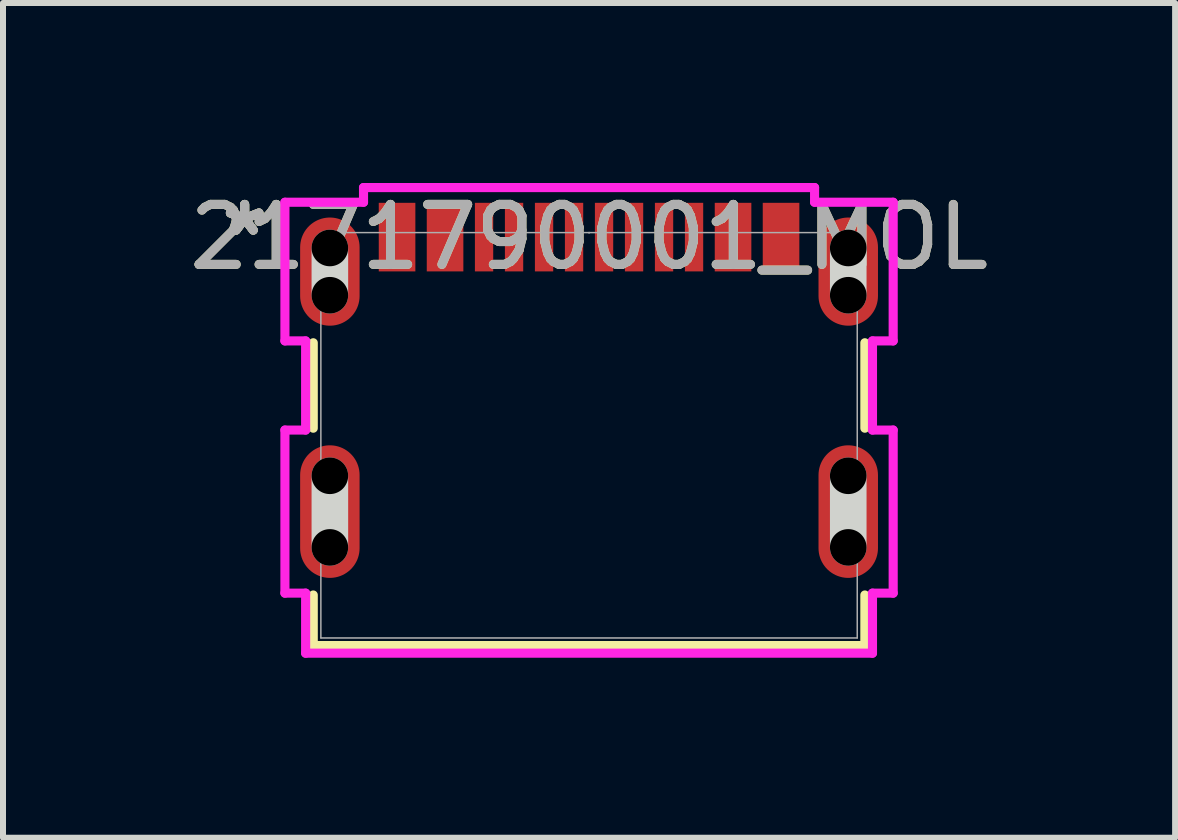
<source format=kicad_pcb>
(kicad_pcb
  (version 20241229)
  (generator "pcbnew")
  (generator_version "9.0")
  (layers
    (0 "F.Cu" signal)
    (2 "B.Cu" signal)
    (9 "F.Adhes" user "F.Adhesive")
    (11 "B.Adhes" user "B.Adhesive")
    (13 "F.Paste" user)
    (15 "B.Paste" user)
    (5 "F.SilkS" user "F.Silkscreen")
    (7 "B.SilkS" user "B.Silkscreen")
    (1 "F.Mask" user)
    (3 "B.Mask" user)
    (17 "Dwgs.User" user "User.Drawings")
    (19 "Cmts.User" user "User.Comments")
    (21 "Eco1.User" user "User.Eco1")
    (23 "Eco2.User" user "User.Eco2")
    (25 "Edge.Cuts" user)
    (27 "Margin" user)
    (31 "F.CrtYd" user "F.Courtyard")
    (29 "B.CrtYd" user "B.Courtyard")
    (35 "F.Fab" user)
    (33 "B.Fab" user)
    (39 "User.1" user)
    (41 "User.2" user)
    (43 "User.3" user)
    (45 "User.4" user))
  (footprint "2171790001_MOL"
    (layer "F.Cu")
    (at 6.768 4.205)
    (property "Reference" "2171790001_MOL" (at 0 -3.303 0) (unlocked yes) (layer "F.SilkS") (effects (font (size 1 1) (thickness 0.15))))
    (attr smd)
    (fp_line (start -4.597 -1.542) (end -4.597 -0.118) (stroke (width 0.152) (type solid)) (layer "F.SilkS"))
    (fp_line (start -4.597 2.662) (end -4.597 3.505) (stroke (width 0.152) (type solid)) (layer "F.SilkS"))
    (fp_line (start -4.597 3.505) (end 4.597 3.505) (stroke (width 0.152) (type solid)) (layer "F.SilkS"))
    (fp_line (start 4.597 -0.118) (end 4.597 -1.542) (stroke (width 0.152) (type solid)) (layer "F.SilkS"))
    (fp_line (start 4.597 3.505) (end 4.597 2.662) (stroke (width 0.152) (type solid)) (layer "F.SilkS"))
    (fp_line (start -4.32 -2.334) (end -4.32 -3.122) (stroke (width 0.61) (type solid)) (layer "Edge.Cuts"))
    (fp_line (start -4.32 1.869) (end -4.32 0.675) (stroke (width 0.61) (type solid)) (layer "Edge.Cuts"))
    (fp_line (start 4.32 -2.334) (end 4.32 -3.122) (stroke (width 0.61) (type solid)) (layer "Edge.Cuts"))
    (fp_line (start 4.32 1.869) (end 4.32 0.675) (stroke (width 0.61) (type solid)) (layer "Edge.Cuts"))
    (fp_line (start -5.069 -3.884) (end -5.069 -1.573) (stroke (width 0.152) (type solid)) (layer "F.CrtYd"))
    (fp_line (start -5.069 -1.573) (end -4.724 -1.573) (stroke (width 0.152) (type solid)) (layer "F.CrtYd"))
    (fp_line (start -5.069 -0.087) (end -5.069 2.631) (stroke (width 0.152) (type solid)) (layer "F.CrtYd"))
    (fp_line (start -5.069 2.631) (end -4.724 2.631) (stroke (width 0.152) (type solid)) (layer "F.CrtYd"))
    (fp_line (start -4.724 -1.573) (end -4.724 -0.087) (stroke (width 0.152) (type solid)) (layer "F.CrtYd"))
    (fp_line (start -4.724 -0.087) (end -5.069 -0.087) (stroke (width 0.152) (type solid)) (layer "F.CrtYd"))
    (fp_line (start -4.724 2.631) (end -4.724 3.632) (stroke (width 0.152) (type solid)) (layer "F.CrtYd"))
    (fp_line (start -4.724 3.632) (end 4.724 3.632) (stroke (width 0.152) (type solid)) (layer "F.CrtYd"))
    (fp_line (start -3.759 -4.129) (end -3.759 -3.884) (stroke (width 0.152) (type solid)) (layer "F.CrtYd"))
    (fp_line (start -3.759 -3.884) (end -5.069 -3.884) (stroke (width 0.152) (type solid)) (layer "F.CrtYd"))
    (fp_line (start 3.759 -4.129) (end -3.759 -4.129) (stroke (width 0.152) (type solid)) (layer "F.CrtYd"))
    (fp_line (start 3.759 -3.884) (end 3.759 -4.129) (stroke (width 0.152) (type solid)) (layer "F.CrtYd"))
    (fp_line (start 4.724 -1.573) (end 5.069 -1.573) (stroke (width 0.152) (type solid)) (layer "F.CrtYd"))
    (fp_line (start 4.724 -0.087) (end 4.724 -1.573) (stroke (width 0.152) (type solid)) (layer "F.CrtYd"))
    (fp_line (start 4.724 2.631) (end 5.069 2.631) (stroke (width 0.152) (type solid)) (layer "F.CrtYd"))
    (fp_line (start 4.724 3.632) (end 4.724 2.631) (stroke (width 0.152) (type solid)) (layer "F.CrtYd"))
    (fp_line (start 5.069 -3.884) (end 3.759 -3.884) (stroke (width 0.152) (type solid)) (layer "F.CrtYd"))
    (fp_line (start 5.069 -1.573) (end 5.069 -3.884) (stroke (width 0.152) (type solid)) (layer "F.CrtYd"))
    (fp_line (start 5.069 -0.087) (end 4.724 -0.087) (stroke (width 0.152) (type solid)) (layer "F.CrtYd"))
    (fp_line (start 5.069 2.631) (end 5.069 -0.087) (stroke (width 0.152) (type solid)) (layer "F.CrtYd"))
    (fp_line (start -4.47 -3.378) (end -4.47 3.378) (stroke (width 0.025) (type solid)) (layer "F.Fab"))
    (fp_line (start -4.47 3.378) (end 4.47 3.378) (stroke (width 0.025) (type solid)) (layer "F.Fab"))
    (fp_line (start 0 -3.378) (end 0 -3.378) (stroke (width 0.025) (type solid)) (layer "F.Fab"))
    (fp_line (start 0 -3.378) (end 0 -3.378) (stroke (width 0.025) (type solid)) (layer "F.Fab"))
    (fp_line (start 0 -3.378) (end 0 -3.378) (stroke (width 0.025) (type solid)) (layer "F.Fab"))
    (fp_line (start 0 -3.378) (end 0 -3.378) (stroke (width 0.025) (type solid)) (layer "F.Fab"))
    (fp_line (start 4.47 -3.378) (end -4.47 -3.378) (stroke (width 0.025) (type solid)) (layer "F.Fab"))
    (fp_line (start 4.47 3.378) (end 4.47 -3.378) (stroke (width 0.025) (type solid)) (layer "F.Fab"))
    (fp_text user "*" (at -5.74 -3.303 0) (layer "F.SilkS") (effects (font (size 1 1) (thickness 0.15))))
    (fp_text user "*" (at -5.74 -3.303 0) (unlocked yes) (layer "F.SilkS") (effects (font (size 1 1) (thickness 0.15))))
    (fp_text user "*" (at -5.74 -3.303 0) (unlocked yes) (layer "F.Fab") (effects (font (size 1 1) (thickness 0.15))))
    (fp_text user "${REFERENCE}" (at 0 -3.303 0) (unlocked yes) (layer "F.Fab") (effects (font (size 1 1) (thickness 0.15))))
    (fp_text user "*" (at -5.74 -3.303 0) (layer "F.Fab") (effects (font (size 1 1) (thickness 0.15))))
    (pad "" np_thru_hole circle (at -4.32 -3.122) (size 0.61 0.61) (drill 0.61) (layers))
    (pad "" np_thru_hole circle (at -4.32 -2.334) (size 0.61 0.61) (drill 0.61) (layers))
    (pad "" np_thru_hole circle (at -4.32 0.675) (size 0.61 0.61) (drill 0.61) (layers))
    (pad "" np_thru_hole circle (at -4.32 1.869) (size 0.61 0.61) (drill 0.61) (layers))
    (pad "" np_thru_hole circle (at 4.32 -3.122) (size 0.61 0.61) (drill 0.61) (layers))
    (pad "" np_thru_hole circle (at 4.32 -2.334) (size 0.61 0.61) (drill 0.61) (layers))
    (pad "" np_thru_hole circle (at 4.32 0.675) (size 0.61 0.61) (drill 0.61) (layers))
    (pad "" np_thru_hole circle (at 4.32 1.869) (size 0.61 0.61) (drill 0.61) (layers))
    (pad "13" smd oval (at -4.32 1.272) (size 0.991 2.21) (layers "F.Cu" "F.Mask" "F.Paste"))
    (pad "14" smd oval (at 4.32 1.272) (size 0.991 2.21) (layers "F.Cu" "F.Mask" "F.Paste"))
    (pad "15" smd oval (at -4.32 -2.728) (size 0.991 1.803) (layers "F.Cu" "F.Mask" "F.Paste"))
    (pad "16" smd oval (at 4.32 -2.728) (size 0.991 1.803) (layers "F.Cu" "F.Mask" "F.Paste"))
    (pad "A1/B12" smd rect (at -3.2 -3.303) (size 0.61 1.143) (layers "F.Cu" "F.Mask" "F.Paste"))
    (pad "A4/B9" smd rect (at -2.4 -3.303) (size 0.61 1.143) (layers "F.Cu" "F.Mask" "F.Paste"))
    (pad "A5" smd rect (at -1.25 -3.303) (size 0.305 1.143) (layers "F.Cu" "F.Mask" "F.Paste"))
    (pad "A6" smd rect (at -0.25 -3.303) (size 0.305 1.143) (layers "F.Cu" "F.Mask" "F.Paste"))
    (pad "A7" smd rect (at 0.25 -3.303) (size 0.305 1.143) (layers "F.Cu" "F.Mask" "F.Paste"))
    (pad "A8" smd rect (at 1.25 -3.303) (size 0.305 1.143) (layers "F.Cu" "F.Mask" "F.Paste"))
    (pad "B1/A12" smd rect (at 3.2 -3.303) (size 0.61 1.143) (layers "F.Cu" "F.Mask" "F.Paste"))
    (pad "B4/A9" smd rect (at 2.4 -3.303) (size 0.61 1.143) (layers "F.Cu" "F.Mask" "F.Paste"))
    (pad "B5" smd rect (at 1.75 -3.303) (size 0.305 1.143) (layers "F.Cu" "F.Mask" "F.Paste"))
    (pad "B6" smd rect (at 0.75 -3.303) (size 0.305 1.143) (layers "F.Cu" "F.Mask" "F.Paste"))
    (pad "B7" smd rect (at -0.75 -3.303) (size 0.305 1.143) (layers "F.Cu" "F.Mask" "F.Paste"))
    (pad "B8" smd rect (at -1.75 -3.303) (size 0.305 1.143) (layers "F.Cu" "F.Mask" "F.Paste")))
  (gr_rect
    (start -3 -3)
    (end 16.536 10.913)
    (stroke (width 0.1) (type default))
    (fill no)
    (layer "Edge.Cuts")))
</source>
